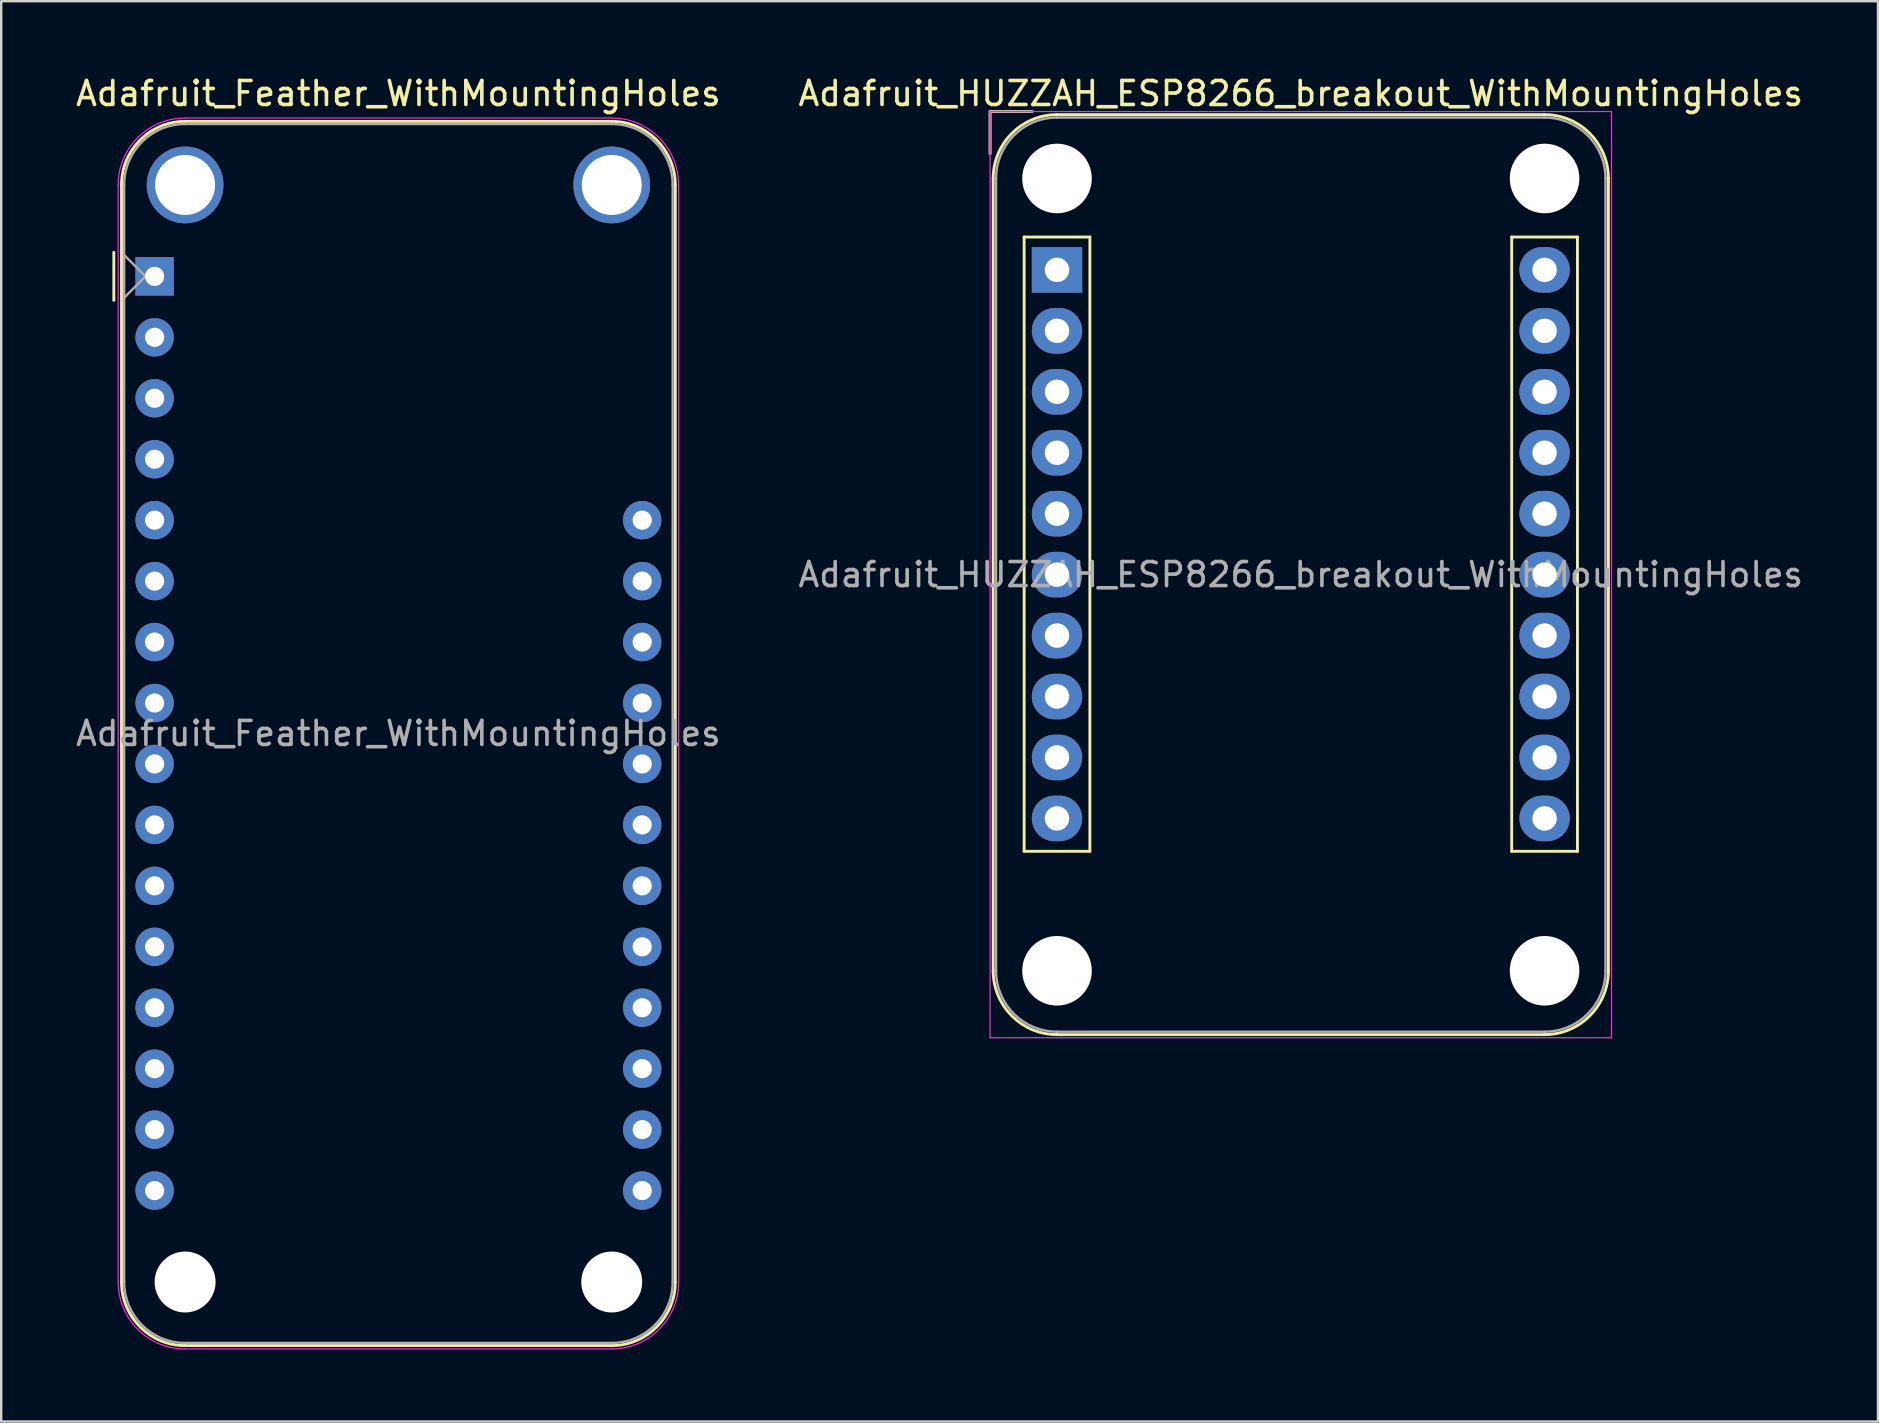
<source format=kicad_pcb>
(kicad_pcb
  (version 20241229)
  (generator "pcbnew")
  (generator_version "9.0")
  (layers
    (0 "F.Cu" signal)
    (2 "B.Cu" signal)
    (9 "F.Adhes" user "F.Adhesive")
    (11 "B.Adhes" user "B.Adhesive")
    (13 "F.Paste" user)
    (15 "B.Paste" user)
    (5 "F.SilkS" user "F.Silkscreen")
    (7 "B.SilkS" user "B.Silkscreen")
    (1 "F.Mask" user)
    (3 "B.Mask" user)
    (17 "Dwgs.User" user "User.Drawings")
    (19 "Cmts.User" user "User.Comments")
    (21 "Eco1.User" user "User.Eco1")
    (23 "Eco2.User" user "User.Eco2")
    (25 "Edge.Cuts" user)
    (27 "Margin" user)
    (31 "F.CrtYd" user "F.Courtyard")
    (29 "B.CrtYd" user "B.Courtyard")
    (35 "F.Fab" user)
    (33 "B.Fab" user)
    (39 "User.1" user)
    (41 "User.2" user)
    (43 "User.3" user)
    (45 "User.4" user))
  (footprint "Adafruit_HUZZAH_ESP8266_breakout_WithMountingHoles"
    (layer "F.Cu")
    (at 41.001 8.198)
    (property "Reference" "Adafruit_HUZZAH_ESP8266_breakout_WithMountingHoles" (at 10.16 -7.35 0) (layer "F.SilkS") (effects (font (size 1 1) (thickness 0.15))))
    (attr through_hole)
    (fp_line (start -2.79 -6.6) (end -1.04 -6.6) (stroke (width 0.12) (type solid)) (layer "F.SilkS"))
    (fp_line (start -2.79 -4.85) (end -2.79 -6.6) (stroke (width 0.12) (type solid)) (layer "F.SilkS"))
    (fp_line (start -2.66 -3.81) (end -2.66 29.21) (stroke (width 0.12) (type solid)) (layer "F.SilkS"))
    (fp_line (start -1.37 -1.37) (end -1.37 24.23) (stroke (width 0.12) (type solid)) (layer "F.SilkS"))
    (fp_line (start -1.37 24.23) (end 1.37 24.23) (stroke (width 0.12) (type solid)) (layer "F.SilkS"))
    (fp_line (start 0 -6.47) (end 20.32 -6.47) (stroke (width 0.12) (type solid)) (layer "F.SilkS"))
    (fp_line (start 0 31.87) (end 20.32 31.87) (stroke (width 0.12) (type solid)) (layer "F.SilkS"))
    (fp_line (start 1.37 -1.37) (end -1.37 -1.37) (stroke (width 0.12) (type solid)) (layer "F.SilkS"))
    (fp_line (start 1.37 24.23) (end 1.37 -1.37) (stroke (width 0.12) (type solid)) (layer "F.SilkS"))
    (fp_line (start 18.95 -1.37) (end 18.95 24.23) (stroke (width 0.12) (type solid)) (layer "F.SilkS"))
    (fp_line (start 18.95 24.23) (end 21.69 24.23) (stroke (width 0.12) (type solid)) (layer "F.SilkS"))
    (fp_line (start 21.69 -1.37) (end 18.95 -1.37) (stroke (width 0.12) (type solid)) (layer "F.SilkS"))
    (fp_line (start 21.69 24.23) (end 21.69 -1.37) (stroke (width 0.12) (type solid)) (layer "F.SilkS"))
    (fp_line (start 22.98 -3.81) (end 22.98 29.21) (stroke (width 0.12) (type solid)) (layer "F.SilkS"))
    (fp_arc (start -2.66 -3.81) (mid -1.880904 -5.690904) (end 0 -6.47) (stroke (width 0.12) (type solid)) (layer "F.SilkS"))
    (fp_arc (start 0 31.87) (mid -1.880904 31.090904) (end -2.66 29.21) (stroke (width 0.12) (type solid)) (layer "F.SilkS"))
    (fp_arc (start 20.32 -6.47) (mid 22.200904 -5.690904) (end 22.98 -3.81) (stroke (width 0.12) (type solid)) (layer "F.SilkS"))
    (fp_arc (start 22.98 29.21) (mid 22.200904 31.090904) (end 20.32 31.87) (stroke (width 0.12) (type solid)) (layer "F.SilkS"))
    (fp_line (start -2.79 -6.6) (end -2.79 32) (stroke (width 0.05) (type solid)) (layer "F.CrtYd"))
    (fp_line (start -2.79 32) (end 23.11 32) (stroke (width 0.05) (type solid)) (layer "F.CrtYd"))
    (fp_line (start 23.11 -6.6) (end -2.79 -6.6) (stroke (width 0.05) (type solid)) (layer "F.CrtYd"))
    (fp_line (start 23.11 32) (end 23.11 -6.6) (stroke (width 0.05) (type solid)) (layer "F.CrtYd"))
    (fp_line (start -2.79 -6.6) (end -1.04 -6.6) (stroke (width 0.1) (type solid)) (layer "F.Fab"))
    (fp_line (start -2.79 -4.85) (end -2.79 -6.6) (stroke (width 0.1) (type solid)) (layer "F.Fab"))
    (fp_line (start -2.54 -3.81) (end -2.54 29.21) (stroke (width 0.1) (type solid)) (layer "F.Fab"))
    (fp_line (start 0 -6.35) (end 20.32 -6.35) (stroke (width 0.1) (type solid)) (layer "F.Fab"))
    (fp_line (start 0 31.75) (end 20.32 31.75) (stroke (width 0.1) (type solid)) (layer "F.Fab"))
    (fp_line (start 22.86 -3.81) (end 22.86 29.21) (stroke (width 0.1) (type solid)) (layer "F.Fab"))
    (fp_arc (start -2.54 -3.81) (mid -1.796051 -5.606051) (end 0 -6.35) (stroke (width 0.1) (type solid)) (layer "F.Fab"))
    (fp_arc (start 0 31.75) (mid -1.796051 31.006051) (end -2.54 29.21) (stroke (width 0.1) (type solid)) (layer "F.Fab"))
    (fp_arc (start 20.32 -6.35) (mid 22.116051 -5.606051) (end 22.86 -3.81) (stroke (width 0.1) (type solid)) (layer "F.Fab"))
    (fp_arc (start 22.86 29.21) (mid 22.116051 31.006051) (end 20.32 31.75) (stroke (width 0.1) (type solid)) (layer "F.Fab"))
    (fp_text user "${REFERENCE}" (at 10.16 12.7 0) (layer "F.Fab") (effects (font (size 1 1) (thickness 0.15))))
    (pad "" np_thru_hole circle (at 0 -3.81) (size 2.9 2.9) (drill 2.9) (layers "*.Cu" "*.Mask"))
    (pad "" np_thru_hole circle (at 0 29.21) (size 2.9 2.9) (drill 2.9) (layers "*.Cu" "*.Mask"))
    (pad "" np_thru_hole circle (at 20.32 -3.81) (size 2.9 2.9) (drill 2.9) (layers "*.Cu" "*.Mask"))
    (pad "" np_thru_hole circle (at 20.32 29.21) (size 2.9 2.9) (drill 2.9) (layers "*.Cu" "*.Mask"))
    (pad "1" thru_hole rect (at 0 0) (size 2.1 1.9) (drill 1.02) (layers "*.Cu" "*.Mask"))
    (pad "2" thru_hole oval (at 0 2.54) (size 2.1 1.9) (drill 1.02) (layers "*.Cu" "*.Mask"))
    (pad "3" thru_hole oval (at 0 5.08) (size 2.1 1.9) (drill 1.02) (layers "*.Cu" "*.Mask"))
    (pad "4" thru_hole oval (at 0 7.62) (size 2.1 1.9) (drill 1.02) (layers "*.Cu" "*.Mask"))
    (pad "5" thru_hole oval (at 0 10.16) (size 2.1 1.9) (drill 1.02) (layers "*.Cu" "*.Mask"))
    (pad "6" thru_hole oval (at 0 12.7) (size 2.1 1.9) (drill 1.02) (layers "*.Cu" "*.Mask"))
    (pad "7" thru_hole oval (at 0 15.24) (size 2.1 1.9) (drill 1.02) (layers "*.Cu" "*.Mask"))
    (pad "8" thru_hole oval (at 0 17.78) (size 2.1 1.9) (drill 1.02) (layers "*.Cu" "*.Mask"))
    (pad "9" thru_hole oval (at 0 20.32) (size 2.1 1.9) (drill 1.02) (layers "*.Cu" "*.Mask"))
    (pad "10" thru_hole oval (at 0 22.86) (size 2.1 1.9) (drill 1.02) (layers "*.Cu" "*.Mask"))
    (pad "11" thru_hole oval (at 20.32 22.86) (size 2.1 1.9) (drill 1.02) (layers "*.Cu" "*.Mask"))
    (pad "12" thru_hole oval (at 20.32 20.32) (size 2.1 1.9) (drill 1.02) (layers "*.Cu" "*.Mask"))
    (pad "13" thru_hole oval (at 20.32 17.78) (size 2.1 1.9) (drill 1.02) (layers "*.Cu" "*.Mask"))
    (pad "14" thru_hole oval (at 20.32 15.24) (size 2.1 1.9) (drill 1.02) (layers "*.Cu" "*.Mask"))
    (pad "15" thru_hole oval (at 20.32 12.7) (size 2.1 1.9) (drill 1.02) (layers "*.Cu" "*.Mask"))
    (pad "16" thru_hole oval (at 20.32 10.16) (size 2.1 1.9) (drill 1.02) (layers "*.Cu" "*.Mask"))
    (pad "17" thru_hole oval (at 20.32 7.62) (size 2.1 1.9) (drill 1.02) (layers "*.Cu" "*.Mask"))
    (pad "18" thru_hole oval (at 20.32 5.08) (size 2.1 1.9) (drill 1.02) (layers "*.Cu" "*.Mask"))
    (pad "19" thru_hole oval (at 20.32 2.54) (size 2.1 1.9) (drill 1.02) (layers "*.Cu" "*.Mask"))
    (pad "20" thru_hole oval (at 20.32 0) (size 2.1 1.9) (drill 1.02) (layers "*.Cu" "*.Mask")))
  (footprint "Adafruit_Feather_WithMountingHoles"
    (layer "F.Cu")
    (at 3.394 8.468)
    (property "Reference" "Adafruit_Feather_WithMountingHoles" (at 10.16 -7.62 0) (layer "F.SilkS") (effects (font (size 1 1) (thickness 0.15))))
    (attr through_hole)
    (fp_line (start -1.7 1) (end -1.7 -1) (stroke (width 0.12) (type solid)) (layer "F.SilkS"))
    (fp_line (start -1.38 -3.81) (end -1.38 41.91) (stroke (width 0.12) (type solid)) (layer "F.SilkS"))
    (fp_line (start 19.05 -6.46) (end 1.27 -6.46) (stroke (width 0.12) (type solid)) (layer "F.SilkS"))
    (fp_line (start 19.05 44.56) (end 1.27 44.56) (stroke (width 0.12) (type solid)) (layer "F.SilkS"))
    (fp_line (start 21.7 -3.81) (end 21.7 41.91) (stroke (width 0.12) (type solid)) (layer "F.SilkS"))
    (fp_arc (start -1.38 -3.81) (mid -0.603833 -5.683833) (end 1.27 -6.46) (stroke (width 0.12) (type solid)) (layer "F.SilkS"))
    (fp_arc (start 1.27 44.56) (mid -0.603833 43.783833) (end -1.38 41.91) (stroke (width 0.12) (type solid)) (layer "F.SilkS"))
    (fp_arc (start 19.05 -6.46) (mid 20.923833 -5.683833) (end 21.7 -3.81) (stroke (width 0.12) (type solid)) (layer "F.SilkS"))
    (fp_arc (start 21.7 41.91) (mid 20.923833 43.783833) (end 19.05 44.56) (stroke (width 0.12) (type solid)) (layer "F.SilkS"))
    (fp_line (start -1.52 41.91) (end -1.52 -3.81) (stroke (width 0.05) (type solid)) (layer "F.CrtYd"))
    (fp_line (start 19.05 -6.6) (end 1.27 -6.6) (stroke (width 0.05) (type solid)) (layer "F.CrtYd"))
    (fp_line (start 19.05 44.7) (end 1.27 44.7) (stroke (width 0.05) (type solid)) (layer "F.CrtYd"))
    (fp_line (start 21.84 41.91) (end 21.84 -3.81) (stroke (width 0.05) (type solid)) (layer "F.CrtYd"))
    (fp_arc (start -1.52 -3.81) (mid -0.702828 -5.782828) (end 1.27 -6.6) (stroke (width 0.05) (type solid)) (layer "F.CrtYd"))
    (fp_arc (start 1.27 44.7) (mid -0.702828 43.882828) (end -1.52 41.91) (stroke (width 0.05) (type solid)) (layer "F.CrtYd"))
    (fp_arc (start 19.05 -6.6) (mid 21.022828 -5.782828) (end 21.84 -3.81) (stroke (width 0.05) (type solid)) (layer "F.CrtYd"))
    (fp_arc (start 21.84 41.91) (mid 21.022828 43.882828) (end 19.05 44.7) (stroke (width 0.05) (type solid)) (layer "F.CrtYd"))
    (fp_line (start -1.27 -3.81) (end -1.27 41.91) (stroke (width 0.1) (type solid)) (layer "F.Fab"))
    (fp_line (start -1.27 -0.889) (end -0.381 0) (stroke (width 0.1) (type solid)) (layer "F.Fab"))
    (fp_line (start -0.381 0) (end -1.27 0.889) (stroke (width 0.1) (type solid)) (layer "F.Fab"))
    (fp_line (start 1.27 44.45) (end 19.05 44.45) (stroke (width 0.1) (type solid)) (layer "F.Fab"))
    (fp_line (start 19.05 -6.35) (end 1.27 -6.35) (stroke (width 0.1) (type solid)) (layer "F.Fab"))
    (fp_line (start 21.59 41.91) (end 21.59 -3.81) (stroke (width 0.1) (type solid)) (layer "F.Fab"))
    (fp_arc (start -1.27 -3.81) (mid -0.526051 -5.606051) (end 1.27 -6.35) (stroke (width 0.1) (type solid)) (layer "F.Fab"))
    (fp_arc (start 1.221238 44.449532) (mid -0.543209 43.688728) (end -1.27 41.91) (stroke (width 0.1) (type solid)) (layer "F.Fab"))
    (fp_arc (start 19.05 -6.35) (mid 20.846051 -5.606051) (end 21.59 -3.81) (stroke (width 0.1) (type solid)) (layer "F.Fab"))
    (fp_arc (start 21.59 41.91) (mid 20.846051 43.706051) (end 19.05 44.45) (stroke (width 0.1) (type solid)) (layer "F.Fab"))
    (fp_text user "${REFERENCE}" (at 10.16 19.05 180) (layer "F.Fab") (effects (font (size 1 1) (thickness 0.15))))
    (pad "" np_thru_hole circle (at 1.27 -3.81 270) (size 3.2 3.2) (drill 2.5) (layers "*.Cu" "*.Mask"))
    (pad "" np_thru_hole circle (at 1.27 41.91 270) (size 2.54 2.54) (drill 2.54) (layers "*.Cu" "*.Mask"))
    (pad "" np_thru_hole circle (at 19.05 -3.81 270) (size 3.2 3.2) (drill 2.5) (layers "*.Cu" "*.Mask"))
    (pad "" np_thru_hole circle (at 19.05 41.91 270) (size 2.54 2.54) (drill 2.54) (layers "*.Cu" "*.Mask"))
    (pad "1" thru_hole rect (at 0 0 180) (size 1.6 1.6) (drill 0.8) (layers "*.Cu" "*.Mask"))
    (pad "2" thru_hole circle (at 0 2.54 180) (size 1.6 1.6) (drill 0.8) (layers "*.Cu" "*.Mask"))
    (pad "3" thru_hole circle (at 0 5.08 180) (size 1.6 1.6) (drill 0.8) (layers "*.Cu" "*.Mask"))
    (pad "4" thru_hole circle (at 0 7.62 180) (size 1.6 1.6) (drill 0.8) (layers "*.Cu" "*.Mask"))
    (pad "5" thru_hole circle (at 0 10.16 180) (size 1.6 1.6) (drill 0.8) (layers "*.Cu" "*.Mask"))
    (pad "6" thru_hole circle (at 0 12.7 180) (size 1.6 1.6) (drill 0.8) (layers "*.Cu" "*.Mask"))
    (pad "7" thru_hole circle (at 0 15.24 180) (size 1.6 1.6) (drill 0.8) (layers "*.Cu" "*.Mask"))
    (pad "8" thru_hole circle (at 0 17.78 180) (size 1.6 1.6) (drill 0.8) (layers "*.Cu" "*.Mask"))
    (pad "9" thru_hole circle (at 0 20.32 180) (size 1.6 1.6) (drill 0.8) (layers "*.Cu" "*.Mask"))
    (pad "10" thru_hole circle (at 0 22.86 180) (size 1.6 1.6) (drill 0.8) (layers "*.Cu" "*.Mask"))
    (pad "11" thru_hole circle (at 0 25.4 180) (size 1.6 1.6) (drill 0.8) (layers "*.Cu" "*.Mask"))
    (pad "12" thru_hole circle (at 0 27.94 180) (size 1.6 1.6) (drill 0.8) (layers "*.Cu" "*.Mask"))
    (pad "13" thru_hole circle (at 0 30.48 180) (size 1.6 1.6) (drill 0.8) (layers "*.Cu" "*.Mask"))
    (pad "14" thru_hole circle (at 0 33.02 180) (size 1.6 1.6) (drill 0.8) (layers "*.Cu" "*.Mask"))
    (pad "15" thru_hole circle (at 0 35.56 180) (size 1.6 1.6) (drill 0.8) (layers "*.Cu" "*.Mask"))
    (pad "16" thru_hole circle (at 0 38.1 180) (size 1.6 1.6) (drill 0.8) (layers "*.Cu" "*.Mask"))
    (pad "17" thru_hole circle (at 20.32 38.1 180) (size 1.6 1.6) (drill 0.8) (layers "*.Cu" "*.Mask"))
    (pad "18" thru_hole circle (at 20.32 35.56 180) (size 1.6 1.6) (drill 0.8) (layers "*.Cu" "*.Mask"))
    (pad "19" thru_hole circle (at 20.32 33.02 180) (size 1.6 1.6) (drill 0.8) (layers "*.Cu" "*.Mask"))
    (pad "20" thru_hole circle (at 20.32 30.48 180) (size 1.6 1.6) (drill 0.8) (layers "*.Cu" "*.Mask"))
    (pad "21" thru_hole circle (at 20.32 27.94 180) (size 1.6 1.6) (drill 0.8) (layers "*.Cu" "*.Mask"))
    (pad "22" thru_hole circle (at 20.32 25.4 180) (size 1.6 1.6) (drill 0.8) (layers "*.Cu" "*.Mask"))
    (pad "23" thru_hole circle (at 20.32 22.86 180) (size 1.6 1.6) (drill 0.8) (layers "*.Cu" "*.Mask"))
    (pad "24" thru_hole circle (at 20.32 20.32 180) (size 1.6 1.6) (drill 0.8) (layers "*.Cu" "*.Mask"))
    (pad "25" thru_hole circle (at 20.32 17.78 180) (size 1.6 1.6) (drill 0.8) (layers "*.Cu" "*.Mask"))
    (pad "26" thru_hole circle (at 20.32 15.24 180) (size 1.6 1.6) (drill 0.8) (layers "*.Cu" "*.Mask"))
    (pad "27" thru_hole circle (at 20.32 12.7 180) (size 1.6 1.6) (drill 0.8) (layers "*.Cu" "*.Mask"))
    (pad "28" thru_hole circle (at 20.32 10.16 180) (size 1.6 1.6) (drill 0.8) (layers "*.Cu" "*.Mask")))
  (gr_rect
    (start -3 -3)
    (end 75.214 56.193)
    (stroke (width 0.1) (type default))
    (fill no)
    (layer "Edge.Cuts")))
</source>
